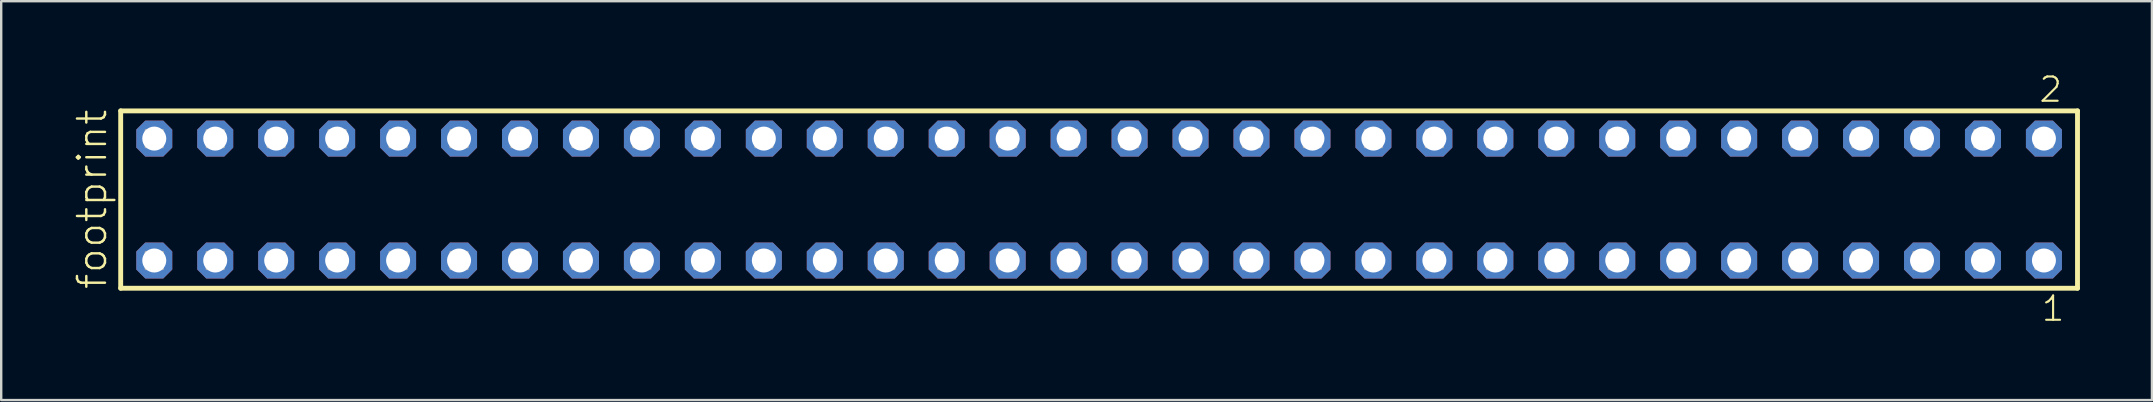
<source format=kicad_pcb>
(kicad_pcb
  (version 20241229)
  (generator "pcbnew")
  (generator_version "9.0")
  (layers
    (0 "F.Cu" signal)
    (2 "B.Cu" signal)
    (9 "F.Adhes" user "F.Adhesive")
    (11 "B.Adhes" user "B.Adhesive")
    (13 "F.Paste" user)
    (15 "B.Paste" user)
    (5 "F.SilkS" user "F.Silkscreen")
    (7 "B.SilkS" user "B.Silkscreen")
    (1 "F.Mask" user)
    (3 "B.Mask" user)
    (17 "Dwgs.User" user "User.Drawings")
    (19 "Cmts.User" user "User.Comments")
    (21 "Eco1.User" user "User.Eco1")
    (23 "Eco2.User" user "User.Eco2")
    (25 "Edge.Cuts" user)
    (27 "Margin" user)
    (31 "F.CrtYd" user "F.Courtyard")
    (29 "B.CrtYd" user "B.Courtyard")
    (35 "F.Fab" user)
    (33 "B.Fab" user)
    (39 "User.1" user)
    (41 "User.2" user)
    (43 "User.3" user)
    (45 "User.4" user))
  (footprint "footprint"
    (layer "F.Cu")
    (at 42.748 5.265)
    (property "Reference" "footprint" (at -41.275 3.81 90) (layer "F.SilkS") (effects (font (size 1.168 1.168) (thickness 0.102)) (justify left bottom)))
    (fp_line (start -40.769 -3.695) (end 40.769 -3.695) (stroke (width 0.203) (type solid)) (layer "F.SilkS"))
    (fp_line (start -40.769 3.695) (end -40.769 -3.695) (stroke (width 0.203) (type solid)) (layer "F.SilkS"))
    (fp_line (start 40.769 -3.695) (end 40.769 3.695) (stroke (width 0.203) (type solid)) (layer "F.SilkS"))
    (fp_line (start 40.769 3.695) (end -40.769 3.695) (stroke (width 0.203) (type solid)) (layer "F.SilkS"))
    (fp_poly (pts (xy -39.72 -2.19) (xy -39.02 -2.19) (xy -39.02 -2.89) (xy -39.72 -2.89)) (stroke (width 0.1) (type solid)) (fill no) (layer "F.Fab"))
    (fp_poly (pts (xy -39.72 2.89) (xy -39.02 2.89) (xy -39.02 2.19) (xy -39.72 2.19)) (stroke (width 0.1) (type solid)) (fill no) (layer "F.Fab"))
    (fp_poly (pts (xy -37.18 -2.19) (xy -36.48 -2.19) (xy -36.48 -2.89) (xy -37.18 -2.89)) (stroke (width 0.1) (type solid)) (fill no) (layer "F.Fab"))
    (fp_poly (pts (xy -37.18 2.89) (xy -36.48 2.89) (xy -36.48 2.19) (xy -37.18 2.19)) (stroke (width 0.1) (type solid)) (fill no) (layer "F.Fab"))
    (fp_poly (pts (xy -34.64 -2.19) (xy -33.94 -2.19) (xy -33.94 -2.89) (xy -34.64 -2.89)) (stroke (width 0.1) (type solid)) (fill no) (layer "F.Fab"))
    (fp_poly (pts (xy -34.64 2.89) (xy -33.94 2.89) (xy -33.94 2.19) (xy -34.64 2.19)) (stroke (width 0.1) (type solid)) (fill no) (layer "F.Fab"))
    (fp_poly (pts (xy -32.1 -2.19) (xy -31.4 -2.19) (xy -31.4 -2.89) (xy -32.1 -2.89)) (stroke (width 0.1) (type solid)) (fill no) (layer "F.Fab"))
    (fp_poly (pts (xy -32.1 2.89) (xy -31.4 2.89) (xy -31.4 2.19) (xy -32.1 2.19)) (stroke (width 0.1) (type solid)) (fill no) (layer "F.Fab"))
    (fp_poly (pts (xy -29.56 -2.19) (xy -28.86 -2.19) (xy -28.86 -2.89) (xy -29.56 -2.89)) (stroke (width 0.1) (type solid)) (fill no) (layer "F.Fab"))
    (fp_poly (pts (xy -29.56 2.89) (xy -28.86 2.89) (xy -28.86 2.19) (xy -29.56 2.19)) (stroke (width 0.1) (type solid)) (fill no) (layer "F.Fab"))
    (fp_poly (pts (xy -27.02 -2.19) (xy -26.32 -2.19) (xy -26.32 -2.89) (xy -27.02 -2.89)) (stroke (width 0.1) (type solid)) (fill no) (layer "F.Fab"))
    (fp_poly (pts (xy -27.02 2.89) (xy -26.32 2.89) (xy -26.32 2.19) (xy -27.02 2.19)) (stroke (width 0.1) (type solid)) (fill no) (layer "F.Fab"))
    (fp_poly (pts (xy -24.48 -2.19) (xy -23.78 -2.19) (xy -23.78 -2.89) (xy -24.48 -2.89)) (stroke (width 0.1) (type solid)) (fill no) (layer "F.Fab"))
    (fp_poly (pts (xy -24.48 2.89) (xy -23.78 2.89) (xy -23.78 2.19) (xy -24.48 2.19)) (stroke (width 0.1) (type solid)) (fill no) (layer "F.Fab"))
    (fp_poly (pts (xy -21.94 -2.19) (xy -21.24 -2.19) (xy -21.24 -2.89) (xy -21.94 -2.89)) (stroke (width 0.1) (type solid)) (fill no) (layer "F.Fab"))
    (fp_poly (pts (xy -21.94 2.89) (xy -21.24 2.89) (xy -21.24 2.19) (xy -21.94 2.19)) (stroke (width 0.1) (type solid)) (fill no) (layer "F.Fab"))
    (fp_poly (pts (xy -19.4 -2.19) (xy -18.7 -2.19) (xy -18.7 -2.89) (xy -19.4 -2.89)) (stroke (width 0.1) (type solid)) (fill no) (layer "F.Fab"))
    (fp_poly (pts (xy -19.4 2.89) (xy -18.7 2.89) (xy -18.7 2.19) (xy -19.4 2.19)) (stroke (width 0.1) (type solid)) (fill no) (layer "F.Fab"))
    (fp_poly (pts (xy -16.86 -2.19) (xy -16.16 -2.19) (xy -16.16 -2.89) (xy -16.86 -2.89)) (stroke (width 0.1) (type solid)) (fill no) (layer "F.Fab"))
    (fp_poly (pts (xy -16.86 2.89) (xy -16.16 2.89) (xy -16.16 2.19) (xy -16.86 2.19)) (stroke (width 0.1) (type solid)) (fill no) (layer "F.Fab"))
    (fp_poly (pts (xy -14.32 -2.19) (xy -13.62 -2.19) (xy -13.62 -2.89) (xy -14.32 -2.89)) (stroke (width 0.1) (type solid)) (fill no) (layer "F.Fab"))
    (fp_poly (pts (xy -14.32 2.89) (xy -13.62 2.89) (xy -13.62 2.19) (xy -14.32 2.19)) (stroke (width 0.1) (type solid)) (fill no) (layer "F.Fab"))
    (fp_poly (pts (xy -11.78 -2.19) (xy -11.08 -2.19) (xy -11.08 -2.89) (xy -11.78 -2.89)) (stroke (width 0.1) (type solid)) (fill no) (layer "F.Fab"))
    (fp_poly (pts (xy -11.78 2.89) (xy -11.08 2.89) (xy -11.08 2.19) (xy -11.78 2.19)) (stroke (width 0.1) (type solid)) (fill no) (layer "F.Fab"))
    (fp_poly (pts (xy -9.24 -2.19) (xy -8.54 -2.19) (xy -8.54 -2.89) (xy -9.24 -2.89)) (stroke (width 0.1) (type solid)) (fill no) (layer "F.Fab"))
    (fp_poly (pts (xy -9.24 2.89) (xy -8.54 2.89) (xy -8.54 2.19) (xy -9.24 2.19)) (stroke (width 0.1) (type solid)) (fill no) (layer "F.Fab"))
    (fp_poly (pts (xy -6.7 -2.19) (xy -6 -2.19) (xy -6 -2.89) (xy -6.7 -2.89)) (stroke (width 0.1) (type solid)) (fill no) (layer "F.Fab"))
    (fp_poly (pts (xy -6.7 2.89) (xy -6 2.89) (xy -6 2.19) (xy -6.7 2.19)) (stroke (width 0.1) (type solid)) (fill no) (layer "F.Fab"))
    (fp_poly (pts (xy -4.16 -2.19) (xy -3.46 -2.19) (xy -3.46 -2.89) (xy -4.16 -2.89)) (stroke (width 0.1) (type solid)) (fill no) (layer "F.Fab"))
    (fp_poly (pts (xy -4.16 2.89) (xy -3.46 2.89) (xy -3.46 2.19) (xy -4.16 2.19)) (stroke (width 0.1) (type solid)) (fill no) (layer "F.Fab"))
    (fp_poly (pts (xy -1.62 -2.19) (xy -0.92 -2.19) (xy -0.92 -2.89) (xy -1.62 -2.89)) (stroke (width 0.1) (type solid)) (fill no) (layer "F.Fab"))
    (fp_poly (pts (xy -1.62 2.89) (xy -0.92 2.89) (xy -0.92 2.19) (xy -1.62 2.19)) (stroke (width 0.1) (type solid)) (fill no) (layer "F.Fab"))
    (fp_poly (pts (xy 0.92 -2.19) (xy 1.62 -2.19) (xy 1.62 -2.89) (xy 0.92 -2.89)) (stroke (width 0.1) (type solid)) (fill no) (layer "F.Fab"))
    (fp_poly (pts (xy 0.92 2.89) (xy 1.62 2.89) (xy 1.62 2.19) (xy 0.92 2.19)) (stroke (width 0.1) (type solid)) (fill no) (layer "F.Fab"))
    (fp_poly (pts (xy 3.46 -2.19) (xy 4.16 -2.19) (xy 4.16 -2.89) (xy 3.46 -2.89)) (stroke (width 0.1) (type solid)) (fill no) (layer "F.Fab"))
    (fp_poly (pts (xy 3.46 2.89) (xy 4.16 2.89) (xy 4.16 2.19) (xy 3.46 2.19)) (stroke (width 0.1) (type solid)) (fill no) (layer "F.Fab"))
    (fp_poly (pts (xy 6 -2.19) (xy 6.7 -2.19) (xy 6.7 -2.89) (xy 6 -2.89)) (stroke (width 0.1) (type solid)) (fill no) (layer "F.Fab"))
    (fp_poly (pts (xy 6 2.89) (xy 6.7 2.89) (xy 6.7 2.19) (xy 6 2.19)) (stroke (width 0.1) (type solid)) (fill no) (layer "F.Fab"))
    (fp_poly (pts (xy 8.54 -2.19) (xy 9.24 -2.19) (xy 9.24 -2.89) (xy 8.54 -2.89)) (stroke (width 0.1) (type solid)) (fill no) (layer "F.Fab"))
    (fp_poly (pts (xy 8.54 2.89) (xy 9.24 2.89) (xy 9.24 2.19) (xy 8.54 2.19)) (stroke (width 0.1) (type solid)) (fill no) (layer "F.Fab"))
    (fp_poly (pts (xy 11.08 -2.19) (xy 11.78 -2.19) (xy 11.78 -2.89) (xy 11.08 -2.89)) (stroke (width 0.1) (type solid)) (fill no) (layer "F.Fab"))
    (fp_poly (pts (xy 11.08 2.89) (xy 11.78 2.89) (xy 11.78 2.19) (xy 11.08 2.19)) (stroke (width 0.1) (type solid)) (fill no) (layer "F.Fab"))
    (fp_poly (pts (xy 13.62 -2.19) (xy 14.32 -2.19) (xy 14.32 -2.89) (xy 13.62 -2.89)) (stroke (width 0.1) (type solid)) (fill no) (layer "F.Fab"))
    (fp_poly (pts (xy 13.62 2.89) (xy 14.32 2.89) (xy 14.32 2.19) (xy 13.62 2.19)) (stroke (width 0.1) (type solid)) (fill no) (layer "F.Fab"))
    (fp_poly (pts (xy 16.16 -2.19) (xy 16.86 -2.19) (xy 16.86 -2.89) (xy 16.16 -2.89)) (stroke (width 0.1) (type solid)) (fill no) (layer "F.Fab"))
    (fp_poly (pts (xy 16.16 2.89) (xy 16.86 2.89) (xy 16.86 2.19) (xy 16.16 2.19)) (stroke (width 0.1) (type solid)) (fill no) (layer "F.Fab"))
    (fp_poly (pts (xy 18.7 -2.19) (xy 19.4 -2.19) (xy 19.4 -2.89) (xy 18.7 -2.89)) (stroke (width 0.1) (type solid)) (fill no) (layer "F.Fab"))
    (fp_poly (pts (xy 18.7 2.89) (xy 19.4 2.89) (xy 19.4 2.19) (xy 18.7 2.19)) (stroke (width 0.1) (type solid)) (fill no) (layer "F.Fab"))
    (fp_poly (pts (xy 21.24 -2.19) (xy 21.94 -2.19) (xy 21.94 -2.89) (xy 21.24 -2.89)) (stroke (width 0.1) (type solid)) (fill no) (layer "F.Fab"))
    (fp_poly (pts (xy 21.24 2.89) (xy 21.94 2.89) (xy 21.94 2.19) (xy 21.24 2.19)) (stroke (width 0.1) (type solid)) (fill no) (layer "F.Fab"))
    (fp_poly (pts (xy 23.78 -2.19) (xy 24.48 -2.19) (xy 24.48 -2.89) (xy 23.78 -2.89)) (stroke (width 0.1) (type solid)) (fill no) (layer "F.Fab"))
    (fp_poly (pts (xy 23.78 2.89) (xy 24.48 2.89) (xy 24.48 2.19) (xy 23.78 2.19)) (stroke (width 0.1) (type solid)) (fill no) (layer "F.Fab"))
    (fp_poly (pts (xy 26.32 -2.19) (xy 27.02 -2.19) (xy 27.02 -2.89) (xy 26.32 -2.89)) (stroke (width 0.1) (type solid)) (fill no) (layer "F.Fab"))
    (fp_poly (pts (xy 26.32 2.89) (xy 27.02 2.89) (xy 27.02 2.19) (xy 26.32 2.19)) (stroke (width 0.1) (type solid)) (fill no) (layer "F.Fab"))
    (fp_poly (pts (xy 28.86 -2.19) (xy 29.56 -2.19) (xy 29.56 -2.89) (xy 28.86 -2.89)) (stroke (width 0.1) (type solid)) (fill no) (layer "F.Fab"))
    (fp_poly (pts (xy 28.86 2.89) (xy 29.56 2.89) (xy 29.56 2.19) (xy 28.86 2.19)) (stroke (width 0.1) (type solid)) (fill no) (layer "F.Fab"))
    (fp_poly (pts (xy 31.4 -2.19) (xy 32.1 -2.19) (xy 32.1 -2.89) (xy 31.4 -2.89)) (stroke (width 0.1) (type solid)) (fill no) (layer "F.Fab"))
    (fp_poly (pts (xy 31.4 2.89) (xy 32.1 2.89) (xy 32.1 2.19) (xy 31.4 2.19)) (stroke (width 0.1) (type solid)) (fill no) (layer "F.Fab"))
    (fp_poly (pts (xy 33.94 -2.19) (xy 34.64 -2.19) (xy 34.64 -2.89) (xy 33.94 -2.89)) (stroke (width 0.1) (type solid)) (fill no) (layer "F.Fab"))
    (fp_poly (pts (xy 33.94 2.89) (xy 34.64 2.89) (xy 34.64 2.19) (xy 33.94 2.19)) (stroke (width 0.1) (type solid)) (fill no) (layer "F.Fab"))
    (fp_poly (pts (xy 36.48 -2.19) (xy 37.18 -2.19) (xy 37.18 -2.89) (xy 36.48 -2.89)) (stroke (width 0.1) (type solid)) (fill no) (layer "F.Fab"))
    (fp_poly (pts (xy 36.48 2.89) (xy 37.18 2.89) (xy 37.18 2.19) (xy 36.48 2.19)) (stroke (width 0.1) (type solid)) (fill no) (layer "F.Fab"))
    (fp_poly (pts (xy 39.02 -2.19) (xy 39.72 -2.19) (xy 39.72 -2.89) (xy 39.02 -2.89)) (stroke (width 0.1) (type solid)) (fill no) (layer "F.Fab"))
    (fp_poly (pts (xy 39.02 2.89) (xy 39.72 2.89) (xy 39.72 2.19) (xy 39.02 2.19)) (stroke (width 0.1) (type solid)) (fill no) (layer "F.Fab"))
    (fp_text user "2" (at 39.112 -3.989 0) (layer "F.SilkS") (effects (font (size 1.012 1.012) (thickness 0.088)) (justify left bottom)))
    (fp_text user "1" (at 39.212 5.138 0) (layer "F.SilkS") (effects (font (size 1.012 1.012) (thickness 0.088)) (justify left bottom)))
    (pad "1" thru_hole roundrect (at 39.37 2.54 180) (size 1.5 1.5) (drill 1) (layers "*.Cu" "*.Mask") (roundrect_rratio 0.25) (chamfer_ratio 0.25) (chamfer top_left top_right bottom_left bottom_right))
    (pad "2" thru_hole roundrect (at 39.37 -2.54 180) (size 1.5 1.5) (drill 1) (layers "*.Cu" "*.Mask") (roundrect_rratio 0.25) (chamfer_ratio 0.25) (chamfer top_left top_right bottom_left bottom_right))
    (pad "3" thru_hole roundrect (at 36.83 2.54 180) (size 1.5 1.5) (drill 1) (layers "*.Cu" "*.Mask") (roundrect_rratio 0.25) (chamfer_ratio 0.25) (chamfer top_left top_right bottom_left bottom_right))
    (pad "4" thru_hole roundrect (at 36.83 -2.54 180) (size 1.5 1.5) (drill 1) (layers "*.Cu" "*.Mask") (roundrect_rratio 0.25) (chamfer_ratio 0.25) (chamfer top_left top_right bottom_left bottom_right))
    (pad "5" thru_hole roundrect (at 34.29 2.54 180) (size 1.5 1.5) (drill 1) (layers "*.Cu" "*.Mask") (roundrect_rratio 0.25) (chamfer_ratio 0.25) (chamfer top_left top_right bottom_left bottom_right))
    (pad "6" thru_hole roundrect (at 34.29 -2.54 180) (size 1.5 1.5) (drill 1) (layers "*.Cu" "*.Mask") (roundrect_rratio 0.25) (chamfer_ratio 0.25) (chamfer top_left top_right bottom_left bottom_right))
    (pad "7" thru_hole roundrect (at 31.75 2.54 180) (size 1.5 1.5) (drill 1) (layers "*.Cu" "*.Mask") (roundrect_rratio 0.25) (chamfer_ratio 0.25) (chamfer top_left top_right bottom_left bottom_right))
    (pad "8" thru_hole roundrect (at 31.75 -2.54 180) (size 1.5 1.5) (drill 1) (layers "*.Cu" "*.Mask") (roundrect_rratio 0.25) (chamfer_ratio 0.25) (chamfer top_left top_right bottom_left bottom_right))
    (pad "9" thru_hole roundrect (at 29.21 2.54 180) (size 1.5 1.5) (drill 1) (layers "*.Cu" "*.Mask") (roundrect_rratio 0.25) (chamfer_ratio 0.25) (chamfer top_left top_right bottom_left bottom_right))
    (pad "10" thru_hole roundrect (at 29.21 -2.54 180) (size 1.5 1.5) (drill 1) (layers "*.Cu" "*.Mask") (roundrect_rratio 0.25) (chamfer_ratio 0.25) (chamfer top_left top_right bottom_left bottom_right))
    (pad "11" thru_hole roundrect (at 26.67 2.54 180) (size 1.5 1.5) (drill 1) (layers "*.Cu" "*.Mask") (roundrect_rratio 0.25) (chamfer_ratio 0.25) (chamfer top_left top_right bottom_left bottom_right))
    (pad "12" thru_hole roundrect (at 26.67 -2.54 180) (size 1.5 1.5) (drill 1) (layers "*.Cu" "*.Mask") (roundrect_rratio 0.25) (chamfer_ratio 0.25) (chamfer top_left top_right bottom_left bottom_right))
    (pad "13" thru_hole roundrect (at 24.13 2.54 180) (size 1.5 1.5) (drill 1) (layers "*.Cu" "*.Mask") (roundrect_rratio 0.25) (chamfer_ratio 0.25) (chamfer top_left top_right bottom_left bottom_right))
    (pad "14" thru_hole roundrect (at 24.13 -2.54 180) (size 1.5 1.5) (drill 1) (layers "*.Cu" "*.Mask") (roundrect_rratio 0.25) (chamfer_ratio 0.25) (chamfer top_left top_right bottom_left bottom_right))
    (pad "15" thru_hole roundrect (at 21.59 2.54 180) (size 1.5 1.5) (drill 1) (layers "*.Cu" "*.Mask") (roundrect_rratio 0.25) (chamfer_ratio 0.25) (chamfer top_left top_right bottom_left bottom_right))
    (pad "16" thru_hole roundrect (at 21.59 -2.54 180) (size 1.5 1.5) (drill 1) (layers "*.Cu" "*.Mask") (roundrect_rratio 0.25) (chamfer_ratio 0.25) (chamfer top_left top_right bottom_left bottom_right))
    (pad "17" thru_hole roundrect (at 19.05 2.54 180) (size 1.5 1.5) (drill 1) (layers "*.Cu" "*.Mask") (roundrect_rratio 0.25) (chamfer_ratio 0.25) (chamfer top_left top_right bottom_left bottom_right))
    (pad "18" thru_hole roundrect (at 19.05 -2.54 180) (size 1.5 1.5) (drill 1) (layers "*.Cu" "*.Mask") (roundrect_rratio 0.25) (chamfer_ratio 0.25) (chamfer top_left top_right bottom_left bottom_right))
    (pad "19" thru_hole roundrect (at 16.51 2.54 180) (size 1.5 1.5) (drill 1) (layers "*.Cu" "*.Mask") (roundrect_rratio 0.25) (chamfer_ratio 0.25) (chamfer top_left top_right bottom_left bottom_right))
    (pad "20" thru_hole roundrect (at 16.51 -2.54 180) (size 1.5 1.5) (drill 1) (layers "*.Cu" "*.Mask") (roundrect_rratio 0.25) (chamfer_ratio 0.25) (chamfer top_left top_right bottom_left bottom_right))
    (pad "21" thru_hole roundrect (at 13.97 2.54 180) (size 1.5 1.5) (drill 1) (layers "*.Cu" "*.Mask") (roundrect_rratio 0.25) (chamfer_ratio 0.25) (chamfer top_left top_right bottom_left bottom_right))
    (pad "22" thru_hole roundrect (at 13.97 -2.54 180) (size 1.5 1.5) (drill 1) (layers "*.Cu" "*.Mask") (roundrect_rratio 0.25) (chamfer_ratio 0.25) (chamfer top_left top_right bottom_left bottom_right))
    (pad "23" thru_hole roundrect (at 11.43 2.54 180) (size 1.5 1.5) (drill 1) (layers "*.Cu" "*.Mask") (roundrect_rratio 0.25) (chamfer_ratio 0.25) (chamfer top_left top_right bottom_left bottom_right))
    (pad "24" thru_hole roundrect (at 11.43 -2.54 180) (size 1.5 1.5) (drill 1) (layers "*.Cu" "*.Mask") (roundrect_rratio 0.25) (chamfer_ratio 0.25) (chamfer top_left top_right bottom_left bottom_right))
    (pad "25" thru_hole roundrect (at 8.89 2.54 180) (size 1.5 1.5) (drill 1) (layers "*.Cu" "*.Mask") (roundrect_rratio 0.25) (chamfer_ratio 0.25) (chamfer top_left top_right bottom_left bottom_right))
    (pad "26" thru_hole roundrect (at 8.89 -2.54 180) (size 1.5 1.5) (drill 1) (layers "*.Cu" "*.Mask") (roundrect_rratio 0.25) (chamfer_ratio 0.25) (chamfer top_left top_right bottom_left bottom_right))
    (pad "27" thru_hole roundrect (at 6.35 2.54 180) (size 1.5 1.5) (drill 1) (layers "*.Cu" "*.Mask") (roundrect_rratio 0.25) (chamfer_ratio 0.25) (chamfer top_left top_right bottom_left bottom_right))
    (pad "28" thru_hole roundrect (at 6.35 -2.54 180) (size 1.5 1.5) (drill 1) (layers "*.Cu" "*.Mask") (roundrect_rratio 0.25) (chamfer_ratio 0.25) (chamfer top_left top_right bottom_left bottom_right))
    (pad "29" thru_hole roundrect (at 3.81 2.54 180) (size 1.5 1.5) (drill 1) (layers "*.Cu" "*.Mask") (roundrect_rratio 0.25) (chamfer_ratio 0.25) (chamfer top_left top_right bottom_left bottom_right))
    (pad "30" thru_hole roundrect (at 3.81 -2.54 180) (size 1.5 1.5) (drill 1) (layers "*.Cu" "*.Mask") (roundrect_rratio 0.25) (chamfer_ratio 0.25) (chamfer top_left top_right bottom_left bottom_right))
    (pad "31" thru_hole roundrect (at 1.27 2.54 180) (size 1.5 1.5) (drill 1) (layers "*.Cu" "*.Mask") (roundrect_rratio 0.25) (chamfer_ratio 0.25) (chamfer top_left top_right bottom_left bottom_right))
    (pad "32" thru_hole roundrect (at 1.27 -2.54 180) (size 1.5 1.5) (drill 1) (layers "*.Cu" "*.Mask") (roundrect_rratio 0.25) (chamfer_ratio 0.25) (chamfer top_left top_right bottom_left bottom_right))
    (pad "33" thru_hole roundrect (at -1.27 2.54 180) (size 1.5 1.5) (drill 1) (layers "*.Cu" "*.Mask") (roundrect_rratio 0.25) (chamfer_ratio 0.25) (chamfer top_left top_right bottom_left bottom_right))
    (pad "34" thru_hole roundrect (at -1.27 -2.54 180) (size 1.5 1.5) (drill 1) (layers "*.Cu" "*.Mask") (roundrect_rratio 0.25) (chamfer_ratio 0.25) (chamfer top_left top_right bottom_left bottom_right))
    (pad "35" thru_hole roundrect (at -3.81 2.54 180) (size 1.5 1.5) (drill 1) (layers "*.Cu" "*.Mask") (roundrect_rratio 0.25) (chamfer_ratio 0.25) (chamfer top_left top_right bottom_left bottom_right))
    (pad "36" thru_hole roundrect (at -3.81 -2.54 180) (size 1.5 1.5) (drill 1) (layers "*.Cu" "*.Mask") (roundrect_rratio 0.25) (chamfer_ratio 0.25) (chamfer top_left top_right bottom_left bottom_right))
    (pad "37" thru_hole roundrect (at -6.35 2.54 180) (size 1.5 1.5) (drill 1) (layers "*.Cu" "*.Mask") (roundrect_rratio 0.25) (chamfer_ratio 0.25) (chamfer top_left top_right bottom_left bottom_right))
    (pad "38" thru_hole roundrect (at -6.35 -2.54 180) (size 1.5 1.5) (drill 1) (layers "*.Cu" "*.Mask") (roundrect_rratio 0.25) (chamfer_ratio 0.25) (chamfer top_left top_right bottom_left bottom_right))
    (pad "39" thru_hole roundrect (at -8.89 2.54 180) (size 1.5 1.5) (drill 1) (layers "*.Cu" "*.Mask") (roundrect_rratio 0.25) (chamfer_ratio 0.25) (chamfer top_left top_right bottom_left bottom_right))
    (pad "40" thru_hole roundrect (at -8.89 -2.54 180) (size 1.5 1.5) (drill 1) (layers "*.Cu" "*.Mask") (roundrect_rratio 0.25) (chamfer_ratio 0.25) (chamfer top_left top_right bottom_left bottom_right))
    (pad "41" thru_hole roundrect (at -11.43 2.54 180) (size 1.5 1.5) (drill 1) (layers "*.Cu" "*.Mask") (roundrect_rratio 0.25) (chamfer_ratio 0.25) (chamfer top_left top_right bottom_left bottom_right))
    (pad "42" thru_hole roundrect (at -11.43 -2.54 180) (size 1.5 1.5) (drill 1) (layers "*.Cu" "*.Mask") (roundrect_rratio 0.25) (chamfer_ratio 0.25) (chamfer top_left top_right bottom_left bottom_right))
    (pad "43" thru_hole roundrect (at -13.97 2.54 180) (size 1.5 1.5) (drill 1) (layers "*.Cu" "*.Mask") (roundrect_rratio 0.25) (chamfer_ratio 0.25) (chamfer top_left top_right bottom_left bottom_right))
    (pad "44" thru_hole roundrect (at -13.97 -2.54 180) (size 1.5 1.5) (drill 1) (layers "*.Cu" "*.Mask") (roundrect_rratio 0.25) (chamfer_ratio 0.25) (chamfer top_left top_right bottom_left bottom_right))
    (pad "45" thru_hole roundrect (at -16.51 2.54 180) (size 1.5 1.5) (drill 1) (layers "*.Cu" "*.Mask") (roundrect_rratio 0.25) (chamfer_ratio 0.25) (chamfer top_left top_right bottom_left bottom_right))
    (pad "46" thru_hole roundrect (at -16.51 -2.54 180) (size 1.5 1.5) (drill 1) (layers "*.Cu" "*.Mask") (roundrect_rratio 0.25) (chamfer_ratio 0.25) (chamfer top_left top_right bottom_left bottom_right))
    (pad "47" thru_hole roundrect (at -19.05 2.54 180) (size 1.5 1.5) (drill 1) (layers "*.Cu" "*.Mask") (roundrect_rratio 0.25) (chamfer_ratio 0.25) (chamfer top_left top_right bottom_left bottom_right))
    (pad "48" thru_hole roundrect (at -19.05 -2.54 180) (size 1.5 1.5) (drill 1) (layers "*.Cu" "*.Mask") (roundrect_rratio 0.25) (chamfer_ratio 0.25) (chamfer top_left top_right bottom_left bottom_right))
    (pad "49" thru_hole roundrect (at -21.59 2.54 180) (size 1.5 1.5) (drill 1) (layers "*.Cu" "*.Mask") (roundrect_rratio 0.25) (chamfer_ratio 0.25) (chamfer top_left top_right bottom_left bottom_right))
    (pad "50" thru_hole roundrect (at -21.59 -2.54 180) (size 1.5 1.5) (drill 1) (layers "*.Cu" "*.Mask") (roundrect_rratio 0.25) (chamfer_ratio 0.25) (chamfer top_left top_right bottom_left bottom_right))
    (pad "51" thru_hole roundrect (at -24.13 2.54 180) (size 1.5 1.5) (drill 1) (layers "*.Cu" "*.Mask") (roundrect_rratio 0.25) (chamfer_ratio 0.25) (chamfer top_left top_right bottom_left bottom_right))
    (pad "52" thru_hole roundrect (at -24.13 -2.54 180) (size 1.5 1.5) (drill 1) (layers "*.Cu" "*.Mask") (roundrect_rratio 0.25) (chamfer_ratio 0.25) (chamfer top_left top_right bottom_left bottom_right))
    (pad "53" thru_hole roundrect (at -26.67 2.54 180) (size 1.5 1.5) (drill 1) (layers "*.Cu" "*.Mask") (roundrect_rratio 0.25) (chamfer_ratio 0.25) (chamfer top_left top_right bottom_left bottom_right))
    (pad "54" thru_hole roundrect (at -26.67 -2.54 180) (size 1.5 1.5) (drill 1) (layers "*.Cu" "*.Mask") (roundrect_rratio 0.25) (chamfer_ratio 0.25) (chamfer top_left top_right bottom_left bottom_right))
    (pad "55" thru_hole roundrect (at -29.21 2.54 180) (size 1.5 1.5) (drill 1) (layers "*.Cu" "*.Mask") (roundrect_rratio 0.25) (chamfer_ratio 0.25) (chamfer top_left top_right bottom_left bottom_right))
    (pad "56" thru_hole roundrect (at -29.21 -2.54 180) (size 1.5 1.5) (drill 1) (layers "*.Cu" "*.Mask") (roundrect_rratio 0.25) (chamfer_ratio 0.25) (chamfer top_left top_right bottom_left bottom_right))
    (pad "57" thru_hole roundrect (at -31.75 2.54 180) (size 1.5 1.5) (drill 1) (layers "*.Cu" "*.Mask") (roundrect_rratio 0.25) (chamfer_ratio 0.25) (chamfer top_left top_right bottom_left bottom_right))
    (pad "58" thru_hole roundrect (at -31.75 -2.54 180) (size 1.5 1.5) (drill 1) (layers "*.Cu" "*.Mask") (roundrect_rratio 0.25) (chamfer_ratio 0.25) (chamfer top_left top_right bottom_left bottom_right))
    (pad "59" thru_hole roundrect (at -34.29 2.54 180) (size 1.5 1.5) (drill 1) (layers "*.Cu" "*.Mask") (roundrect_rratio 0.25) (chamfer_ratio 0.25) (chamfer top_left top_right bottom_left bottom_right))
    (pad "60" thru_hole roundrect (at -34.29 -2.54 180) (size 1.5 1.5) (drill 1) (layers "*.Cu" "*.Mask") (roundrect_rratio 0.25) (chamfer_ratio 0.25) (chamfer top_left top_right bottom_left bottom_right))
    (pad "61" thru_hole roundrect (at -36.83 2.54 180) (size 1.5 1.5) (drill 1) (layers "*.Cu" "*.Mask") (roundrect_rratio 0.25) (chamfer_ratio 0.25) (chamfer top_left top_right bottom_left bottom_right))
    (pad "62" thru_hole roundrect (at -36.83 -2.54 180) (size 1.5 1.5) (drill 1) (layers "*.Cu" "*.Mask") (roundrect_rratio 0.25) (chamfer_ratio 0.25) (chamfer top_left top_right bottom_left bottom_right))
    (pad "63" thru_hole roundrect (at -39.37 2.54 180) (size 1.5 1.5) (drill 1) (layers "*.Cu" "*.Mask") (roundrect_rratio 0.25) (chamfer_ratio 0.25) (chamfer top_left top_right bottom_left bottom_right))
    (pad "64" thru_hole roundrect (at -39.37 -2.54 180) (size 1.5 1.5) (drill 1) (layers "*.Cu" "*.Mask") (roundrect_rratio 0.25) (chamfer_ratio 0.25) (chamfer top_left top_right bottom_left bottom_right)))
  (gr_rect
    (start -3 -3)
    (end 86.619 13.62)
    (stroke (width 0.1) (type default))
    (fill no)
    (layer "Edge.Cuts")))
</source>
